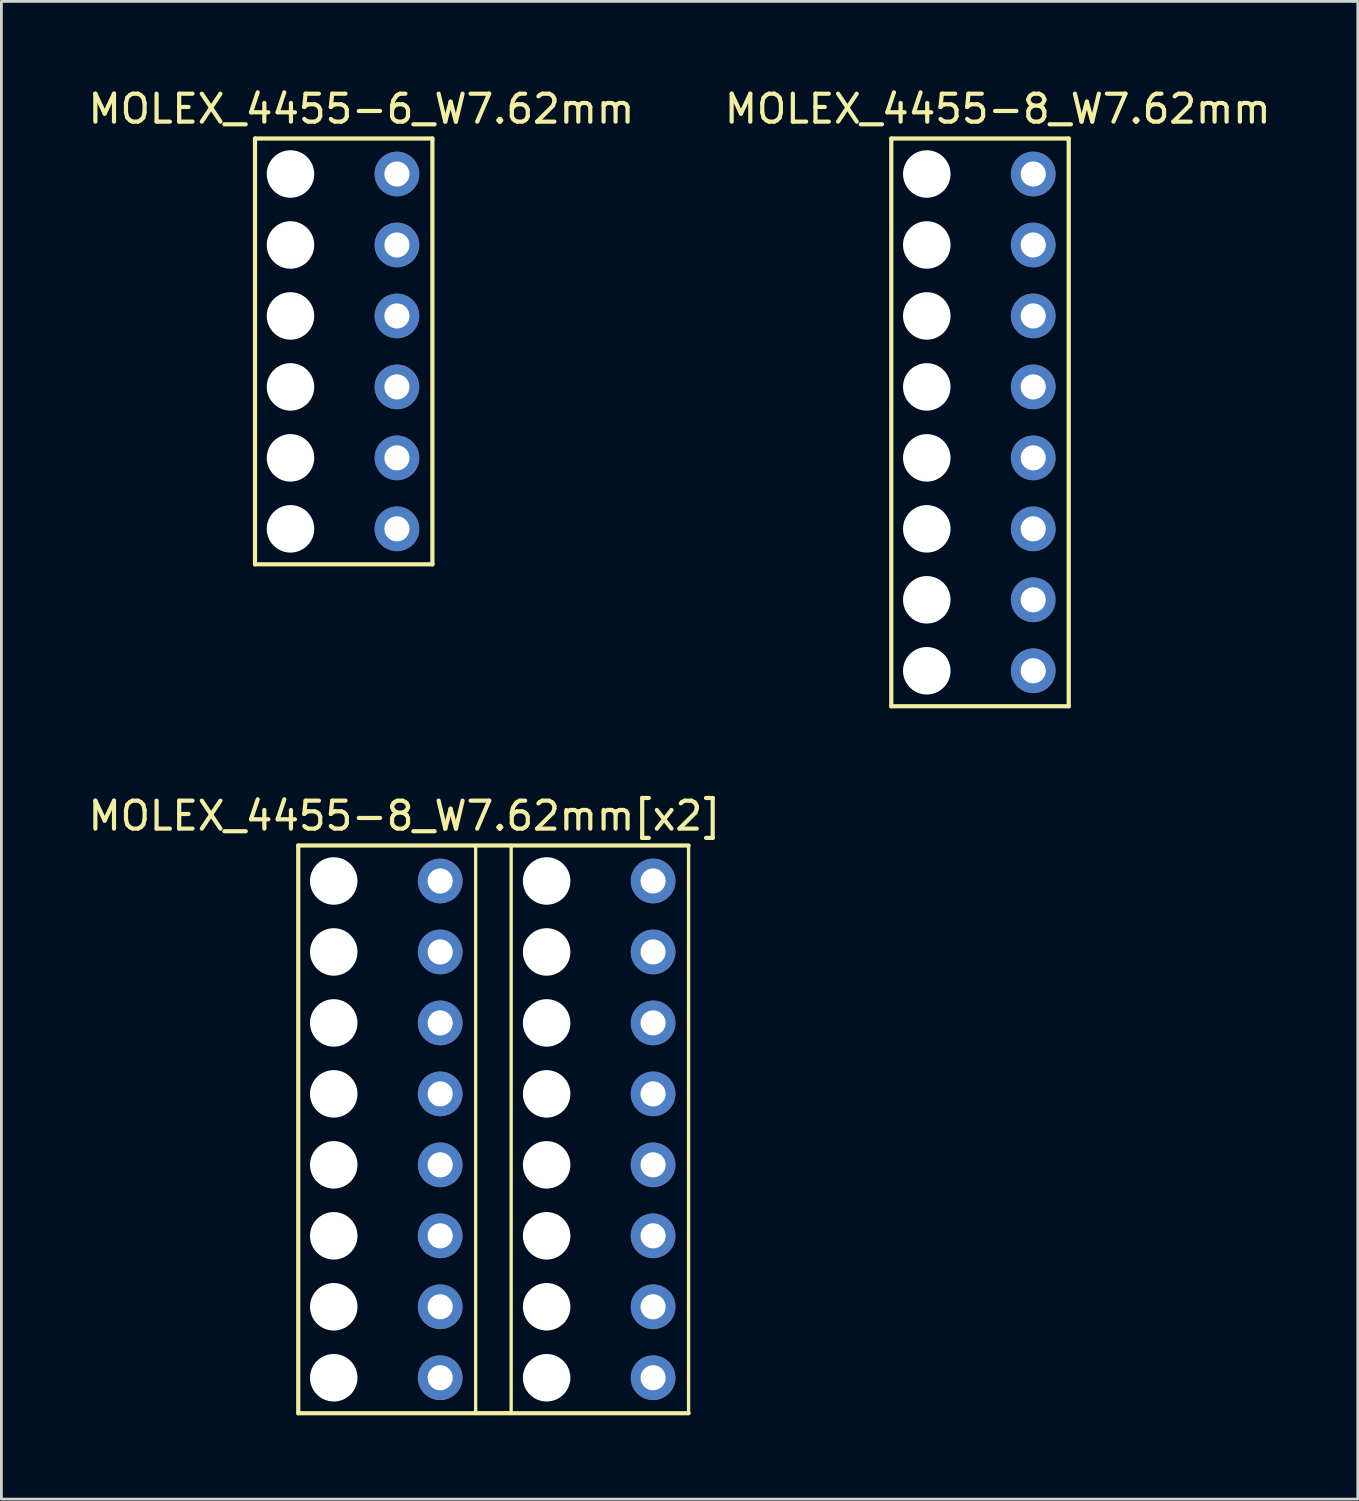
<source format=kicad_pcb>
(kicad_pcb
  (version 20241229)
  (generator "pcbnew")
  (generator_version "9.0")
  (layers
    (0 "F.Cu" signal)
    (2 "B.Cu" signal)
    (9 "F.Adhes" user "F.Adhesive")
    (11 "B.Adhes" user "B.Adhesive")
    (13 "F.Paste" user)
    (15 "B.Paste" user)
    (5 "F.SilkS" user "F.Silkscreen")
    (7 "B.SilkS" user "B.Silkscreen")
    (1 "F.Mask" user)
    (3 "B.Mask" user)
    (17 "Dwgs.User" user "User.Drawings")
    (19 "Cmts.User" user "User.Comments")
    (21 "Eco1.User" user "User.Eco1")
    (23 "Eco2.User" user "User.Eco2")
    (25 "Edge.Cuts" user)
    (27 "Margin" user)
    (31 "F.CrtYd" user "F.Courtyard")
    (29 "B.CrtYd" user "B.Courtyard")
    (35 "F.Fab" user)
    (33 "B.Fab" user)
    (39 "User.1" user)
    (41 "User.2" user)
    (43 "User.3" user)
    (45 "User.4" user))
  (footprint "MOLEX_4455-6_W7.62mm"
    (layer "F.Cu")
    (at 7.347 3.178)
    (property "Reference" "MOLEX_4455-6_W7.62mm" (at 2.54 -2.33 0) (layer "F.SilkS") (effects (font (size 1 1) (thickness 0.15))))
    (attr through_hole)
    (fp_line (start -1.27 -1.27) (end -1.27 13.97) (stroke (width 0.15) (type solid)) (layer "F.SilkS"))
    (fp_line (start -1.27 -1.27) (end 5.08 -1.27) (stroke (width 0.15) (type solid)) (layer "F.SilkS"))
    (fp_line (start -1.27 13.97) (end 5.08 13.97) (stroke (width 0.15) (type solid)) (layer "F.SilkS"))
    (fp_line (start 5.08 -1.27) (end 5.08 13.97) (stroke (width 0.15) (type solid)) (layer "F.SilkS"))
    (pad "" np_thru_hole circle (at 0 0) (size 1.7 1.7) (drill 1.7) (layers "*.Cu" "*.Mask"))
    (pad "" np_thru_hole circle (at 0 2.54) (size 1.7 1.7) (drill 1.7) (layers "*.Cu" "*.Mask"))
    (pad "" np_thru_hole circle (at 0 5.08) (size 1.7 1.7) (drill 1.7) (layers "*.Cu" "*.Mask"))
    (pad "" np_thru_hole circle (at 0 7.62) (size 1.7 1.7) (drill 1.7) (layers "*.Cu" "*.Mask"))
    (pad "" np_thru_hole circle (at 0 10.16) (size 1.7 1.7) (drill 1.7) (layers "*.Cu" "*.Mask"))
    (pad "" np_thru_hole circle (at 0 12.7) (size 1.7 1.7) (drill 1.7) (layers "*.Cu" "*.Mask"))
    (pad "1" thru_hole circle (at 3.81 0) (size 1.6 1.6) (drill 0.9) (layers "*.Cu" "*.Mask"))
    (pad "2" thru_hole circle (at 3.81 2.54) (size 1.6 1.6) (drill 0.9) (layers "*.Cu" "*.Mask"))
    (pad "3" thru_hole circle (at 3.81 5.08) (size 1.6 1.6) (drill 0.9) (layers "*.Cu" "*.Mask"))
    (pad "4" thru_hole circle (at 3.81 7.62) (size 1.6 1.6) (drill 0.9) (layers "*.Cu" "*.Mask"))
    (pad "5" thru_hole circle (at 3.81 10.16) (size 1.6 1.6) (drill 0.9) (layers "*.Cu" "*.Mask"))
    (pad "6" thru_hole circle (at 3.81 12.7) (size 1.6 1.6) (drill 0.9) (layers "*.Cu" "*.Mask")))
  (footprint "MOLEX_4455-8_W7.62mm"
    (layer "F.Cu")
    (at 30.121 3.178)
    (property "Reference" "MOLEX_4455-8_W7.62mm" (at 2.54 -2.33 0) (layer "F.SilkS") (effects (font (size 1 1) (thickness 0.15))))
    (attr through_hole)
    (fp_line (start -1.27 -1.27) (end -1.27 19.05) (stroke (width 0.15) (type solid)) (layer "F.SilkS"))
    (fp_line (start -1.27 -1.27) (end 5.08 -1.27) (stroke (width 0.15) (type solid)) (layer "F.SilkS"))
    (fp_line (start -1.27 19.05) (end 5.08 19.05) (stroke (width 0.15) (type solid)) (layer "F.SilkS"))
    (fp_line (start 5.08 -1.27) (end 5.08 19.05) (stroke (width 0.15) (type solid)) (layer "F.SilkS"))
    (pad "" np_thru_hole circle (at 0 0) (size 1.7 1.7) (drill 1.7) (layers "*.Cu" "*.Mask"))
    (pad "" np_thru_hole circle (at 0 2.54) (size 1.7 1.7) (drill 1.7) (layers "*.Cu" "*.Mask"))
    (pad "" np_thru_hole circle (at 0 5.08) (size 1.7 1.7) (drill 1.7) (layers "*.Cu" "*.Mask"))
    (pad "" np_thru_hole circle (at 0 7.62) (size 1.7 1.7) (drill 1.7) (layers "*.Cu" "*.Mask"))
    (pad "" np_thru_hole circle (at 0 10.16) (size 1.7 1.7) (drill 1.7) (layers "*.Cu" "*.Mask"))
    (pad "" np_thru_hole circle (at 0 12.7) (size 1.7 1.7) (drill 1.7) (layers "*.Cu" "*.Mask"))
    (pad "" np_thru_hole circle (at 0 15.24) (size 1.7 1.7) (drill 1.7) (layers "*.Cu" "*.Mask"))
    (pad "" np_thru_hole circle (at 0 17.78) (size 1.7 1.7) (drill 1.7) (layers "*.Cu" "*.Mask"))
    (pad "1" thru_hole circle (at 3.81 0) (size 1.6 1.6) (drill 0.9) (layers "*.Cu" "*.Mask"))
    (pad "2" thru_hole circle (at 3.81 2.54) (size 1.6 1.6) (drill 0.9) (layers "*.Cu" "*.Mask"))
    (pad "3" thru_hole circle (at 3.81 5.08) (size 1.6 1.6) (drill 0.9) (layers "*.Cu" "*.Mask"))
    (pad "4" thru_hole circle (at 3.81 7.62) (size 1.6 1.6) (drill 0.9) (layers "*.Cu" "*.Mask"))
    (pad "5" thru_hole circle (at 3.81 10.16) (size 1.6 1.6) (drill 0.9) (layers "*.Cu" "*.Mask"))
    (pad "6" thru_hole circle (at 3.81 12.7) (size 1.6 1.6) (drill 0.9) (layers "*.Cu" "*.Mask"))
    (pad "7" thru_hole circle (at 3.81 15.24) (size 1.6 1.6) (drill 0.9) (layers "*.Cu" "*.Mask"))
    (pad "8" thru_hole circle (at 3.81 17.78) (size 1.6 1.6) (drill 0.9) (layers "*.Cu" "*.Mask")))
  (footprint "MOLEX_4455-8_W7.62mm[x2]"
    (layer "F.Cu")
    (at 8.895 28.482)
    (property "Reference" "MOLEX_4455-8_W7.62mm[x2]" (at 2.54 -2.33 0) (layer "F.SilkS") (effects (font (size 1 1) (thickness 0.15))))
    (attr through_hole)
    (fp_line (start -1.27 -1.27) (end -1.27 19.05) (stroke (width 0.15) (type solid)) (layer "F.SilkS"))
    (fp_line (start -1.27 -1.27) (end 12.7 -1.27) (stroke (width 0.15) (type solid)) (layer "F.SilkS"))
    (fp_line (start -1.27 19.05) (end 12.7 19.05) (stroke (width 0.15) (type solid)) (layer "F.SilkS"))
    (fp_line (start 5.08 -1.27) (end 5.08 19.05) (stroke (width 0.12) (type solid)) (layer "F.SilkS"))
    (fp_line (start 5.08 19.05) (end 6.35 19.05) (stroke (width 0.12) (type solid)) (layer "F.SilkS"))
    (fp_line (start 6.35 19.05) (end 6.35 -1.27) (stroke (width 0.12) (type solid)) (layer "F.SilkS"))
    (fp_line (start 12.7 -1.27) (end 12.7 19.05) (stroke (width 0.12) (type solid)) (layer "F.SilkS"))
    (pad "" np_thru_hole circle (at 0 0) (size 1.7 1.7) (drill 1.7) (layers "*.Cu" "*.Mask"))
    (pad "" np_thru_hole circle (at 0 2.54) (size 1.7 1.7) (drill 1.7) (layers "*.Cu" "*.Mask"))
    (pad "" np_thru_hole circle (at 0 5.08) (size 1.7 1.7) (drill 1.7) (layers "*.Cu" "*.Mask"))
    (pad "" np_thru_hole circle (at 0 7.62) (size 1.7 1.7) (drill 1.7) (layers "*.Cu" "*.Mask"))
    (pad "" np_thru_hole circle (at 0 10.16) (size 1.7 1.7) (drill 1.7) (layers "*.Cu" "*.Mask"))
    (pad "" np_thru_hole circle (at 0 12.7) (size 1.7 1.7) (drill 1.7) (layers "*.Cu" "*.Mask"))
    (pad "" np_thru_hole circle (at 0 15.24) (size 1.7 1.7) (drill 1.7) (layers "*.Cu" "*.Mask"))
    (pad "" np_thru_hole circle (at 0 17.78) (size 1.7 1.7) (drill 1.7) (layers "*.Cu" "*.Mask"))
    (pad "" np_thru_hole circle (at 7.62 0) (size 1.7 1.7) (drill 1.7) (layers "*.Cu" "*.Mask"))
    (pad "" np_thru_hole circle (at 7.62 2.54) (size 1.7 1.7) (drill 1.7) (layers "*.Cu" "*.Mask"))
    (pad "" np_thru_hole circle (at 7.62 5.08) (size 1.7 1.7) (drill 1.7) (layers "*.Cu" "*.Mask"))
    (pad "" np_thru_hole circle (at 7.62 7.62) (size 1.7 1.7) (drill 1.7) (layers "*.Cu" "*.Mask"))
    (pad "" np_thru_hole circle (at 7.62 10.16) (size 1.7 1.7) (drill 1.7) (layers "*.Cu" "*.Mask"))
    (pad "" np_thru_hole circle (at 7.62 12.7) (size 1.7 1.7) (drill 1.7) (layers "*.Cu" "*.Mask"))
    (pad "" np_thru_hole circle (at 7.62 15.24) (size 1.7 1.7) (drill 1.7) (layers "*.Cu" "*.Mask"))
    (pad "" np_thru_hole circle (at 7.62 17.78) (size 1.7 1.7) (drill 1.7) (layers "*.Cu" "*.Mask"))
    (pad "1" thru_hole oval (at 3.81 0) (size 1.6 1.6) (drill 0.9) (layers "*.Cu" "*.Mask"))
    (pad "2" thru_hole oval (at 3.81 2.54) (size 1.6 1.6) (drill 0.9) (layers "*.Cu" "*.Mask"))
    (pad "3" thru_hole oval (at 3.81 5.08) (size 1.6 1.6) (drill 0.9) (layers "*.Cu" "*.Mask"))
    (pad "4" thru_hole oval (at 3.81 7.62) (size 1.6 1.6) (drill 0.9) (layers "*.Cu" "*.Mask"))
    (pad "5" thru_hole oval (at 3.81 10.16) (size 1.6 1.6) (drill 0.9) (layers "*.Cu" "*.Mask"))
    (pad "6" thru_hole oval (at 3.81 12.7) (size 1.6 1.6) (drill 0.9) (layers "*.Cu" "*.Mask"))
    (pad "7" thru_hole oval (at 3.81 15.24) (size 1.6 1.6) (drill 0.9) (layers "*.Cu" "*.Mask"))
    (pad "8" thru_hole oval (at 3.81 17.78) (size 1.6 1.6) (drill 0.9) (layers "*.Cu" "*.Mask"))
    (pad "9" thru_hole oval (at 11.43 17.78) (size 1.6 1.6) (drill 0.9) (layers "*.Cu" "*.Mask"))
    (pad "10" thru_hole oval (at 11.43 15.24) (size 1.6 1.6) (drill 0.9) (layers "*.Cu" "*.Mask"))
    (pad "11" thru_hole oval (at 11.43 12.7) (size 1.6 1.6) (drill 0.9) (layers "*.Cu" "*.Mask"))
    (pad "12" thru_hole oval (at 11.43 10.16) (size 1.6 1.6) (drill 0.9) (layers "*.Cu" "*.Mask"))
    (pad "13" thru_hole oval (at 11.43 7.62) (size 1.6 1.6) (drill 0.9) (layers "*.Cu" "*.Mask"))
    (pad "14" thru_hole oval (at 11.43 5.08) (size 1.6 1.6) (drill 0.9) (layers "*.Cu" "*.Mask"))
    (pad "15" thru_hole oval (at 11.43 2.54) (size 1.6 1.6) (drill 0.9) (layers "*.Cu" "*.Mask"))
    (pad "16" thru_hole oval (at 11.43 0) (size 1.6 1.6) (drill 0.9) (layers "*.Cu" "*.Mask")))
  (gr_rect
    (start -3 -3)
    (end 45.548 50.606)
    (stroke (width 0.1) (type default))
    (fill no)
    (layer "Edge.Cuts")))
</source>
